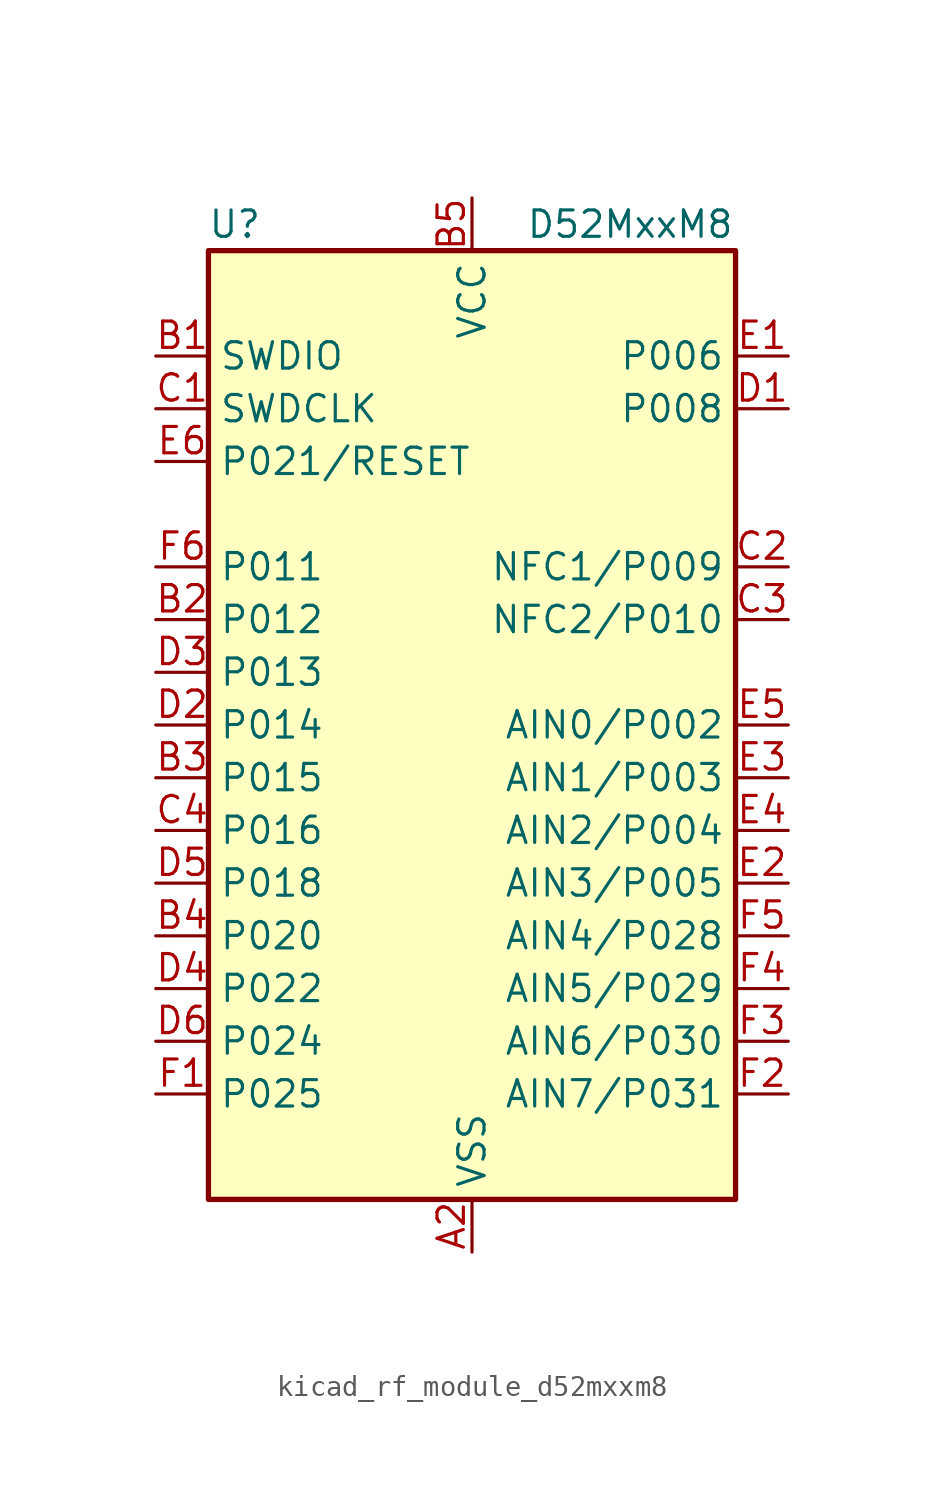
<source format=kicad_sym>
(kicad_symbol_lib
  (version 20220914)
  (generator kicad_symbol_editor)
  (symbol "kicad_rf_module_d52mxxm8"
    (property "Reference" "U"
      (at -11.43 24.13 0)
      (effects (font (size 1.27 1.27))))
    (property "Value" "D52MxxM8"
      (at 7.62 24.13 0)
      (effects (font (size 1.27 1.27))))
    (symbol "kicad_rf_module_d52mxxm8_0_1"
      (rectangle (start -12.7 22.86) (end 12.7 -22.86) (stroke (width 0.254) (type default)) (fill (type background))))
    (symbol "kicad_rf_module_d52mxxm8_1_1"
      (pin power_in line (at 0 -25.4 90) (length 2.54) (name "VSS" (effects (font (size 1.27 1.27)))) (number "A2" (effects (font (size 1.27 1.27)))))
      (pin passive line (at 0 -25.4 90) (length 2.54) hide (name "VSS" (effects (font (size 1.27 1.27)))) (number "A3" (effects (font (size 1.27 1.27)))))
      (pin passive line (at 0 -25.4 90) (length 2.54) hide (name "VSS" (effects (font (size 1.27 1.27)))) (number "A4" (effects (font (size 1.27 1.27)))))
      (pin passive line (at 0 -25.4 90) (length 2.54) hide (name "VSS" (effects (font (size 1.27 1.27)))) (number "A5" (effects (font (size 1.27 1.27)))))
      (pin passive line (at 0 -25.4 90) (length 2.54) hide (name "VSS" (effects (font (size 1.27 1.27)))) (number "A6" (effects (font (size 1.27 1.27)))))
      (pin bidirectional line (at -15.24 17.78 0) (length 2.54) (name "SWDIO" (effects (font (size 1.27 1.27)))) (number "B1" (effects (font (size 1.27 1.27)))))
      (pin bidirectional line (at -15.24 5.08 0) (length 2.54) (name "P012" (effects (font (size 1.27 1.27)))) (number "B2" (effects (font (size 1.27 1.27)))))
      (pin bidirectional line (at -15.24 -2.54 0) (length 2.54) (name "P015" (effects (font (size 1.27 1.27)))) (number "B3" (effects (font (size 1.27 1.27)))))
      (pin bidirectional line (at -15.24 -10.16 0) (length 2.54) (name "P020" (effects (font (size 1.27 1.27)))) (number "B4" (effects (font (size 1.27 1.27)))))
      (pin power_in line (at 0 25.4 270) (length 2.54) (name "VCC" (effects (font (size 1.27 1.27)))) (number "B5" (effects (font (size 1.27 1.27)))))
      (pin passive line (at 0 25.4 270) (length 2.54) hide (name "VCC" (effects (font (size 1.27 1.27)))) (number "B6" (effects (font (size 1.27 1.27)))))
      (pin input line (at -15.24 15.24 0) (length 2.54) (name "SWDCLK" (effects (font (size 1.27 1.27)))) (number "C1" (effects (font (size 1.27 1.27)))))
      (pin bidirectional line (at 15.24 7.62 180) (length 2.54) (name "NFC1/P009" (effects (font (size 1.27 1.27)))) (number "C2" (effects (font (size 1.27 1.27)))))
      (pin bidirectional line (at 15.24 5.08 180) (length 2.54) (name "NFC2/P010" (effects (font (size 1.27 1.27)))) (number "C3" (effects (font (size 1.27 1.27)))))
      (pin bidirectional line (at -15.24 -5.08 0) (length 2.54) (name "P016" (effects (font (size 1.27 1.27)))) (number "C4" (effects (font (size 1.27 1.27)))))
      (pin passive line (at 0 25.4 270) (length 2.54) hide (name "VCC" (effects (font (size 1.27 1.27)))) (number "C5" (effects (font (size 1.27 1.27)))))
      (pin passive line (at 0 25.4 270) (length 2.54) hide (name "VCC" (effects (font (size 1.27 1.27)))) (number "C6" (effects (font (size 1.27 1.27)))))
      (pin bidirectional line (at 15.24 15.24 180) (length 2.54) (name "P008" (effects (font (size 1.27 1.27)))) (number "D1" (effects (font (size 1.27 1.27)))))
      (pin bidirectional line (at -15.24 0 0) (length 2.54) (name "P014" (effects (font (size 1.27 1.27)))) (number "D2" (effects (font (size 1.27 1.27)))))
      (pin bidirectional line (at -15.24 2.54 0) (length 2.54) (name "P013" (effects (font (size 1.27 1.27)))) (number "D3" (effects (font (size 1.27 1.27)))))
      (pin bidirectional line (at -15.24 -12.7 0) (length 2.54) (name "P022" (effects (font (size 1.27 1.27)))) (number "D4" (effects (font (size 1.27 1.27)))))
      (pin bidirectional line (at -15.24 -7.62 0) (length 2.54) (name "P018" (effects (font (size 1.27 1.27)))) (number "D5" (effects (font (size 1.27 1.27)))))
      (pin bidirectional line (at -15.24 -15.24 0) (length 2.54) (name "P024" (effects (font (size 1.27 1.27)))) (number "D6" (effects (font (size 1.27 1.27)))))
      (pin bidirectional line (at 15.24 17.78 180) (length 2.54) (name "P006" (effects (font (size 1.27 1.27)))) (number "E1" (effects (font (size 1.27 1.27)))))
      (pin bidirectional line (at 15.24 -7.62 180) (length 2.54) (name "AIN3/P005" (effects (font (size 1.27 1.27)))) (number "E2" (effects (font (size 1.27 1.27)))))
      (pin bidirectional line (at 15.24 -2.54 180) (length 2.54) (name "AIN1/P003" (effects (font (size 1.27 1.27)))) (number "E3" (effects (font (size 1.27 1.27)))))
      (pin bidirectional line (at 15.24 -5.08 180) (length 2.54) (name "AIN2/P004" (effects (font (size 1.27 1.27)))) (number "E4" (effects (font (size 1.27 1.27)))))
      (pin bidirectional line (at 15.24 0 180) (length 2.54) (name "AIN0/P002" (effects (font (size 1.27 1.27)))) (number "E5" (effects (font (size 1.27 1.27)))))
      (pin bidirectional line (at -15.24 12.7 0) (length 2.54) (name "P021/RESET" (effects (font (size 1.27 1.27)))) (number "E6" (effects (font (size 1.27 1.27)))))
      (pin bidirectional line (at -15.24 -17.78 0) (length 2.54) (name "P025" (effects (font (size 1.27 1.27)))) (number "F1" (effects (font (size 1.27 1.27)))))
      (pin bidirectional line (at 15.24 -17.78 180) (length 2.54) (name "AIN7/P031" (effects (font (size 1.27 1.27)))) (number "F2" (effects (font (size 1.27 1.27)))))
      (pin bidirectional line (at 15.24 -15.24 180) (length 2.54) (name "AIN6/P030" (effects (font (size 1.27 1.27)))) (number "F3" (effects (font (size 1.27 1.27)))))
      (pin bidirectional line (at 15.24 -12.7 180) (length 2.54) (name "AIN5/P029" (effects (font (size 1.27 1.27)))) (number "F4" (effects (font (size 1.27 1.27)))))
      (pin bidirectional line (at 15.24 -10.16 180) (length 2.54) (name "AIN4/P028" (effects (font (size 1.27 1.27)))) (number "F5" (effects (font (size 1.27 1.27)))))
      (pin bidirectional line (at -15.24 7.62 0) (length 2.54) (name "P011" (effects (font (size 1.27 1.27)))) (number "F6" (effects (font (size 1.27 1.27))))))))
</source>
